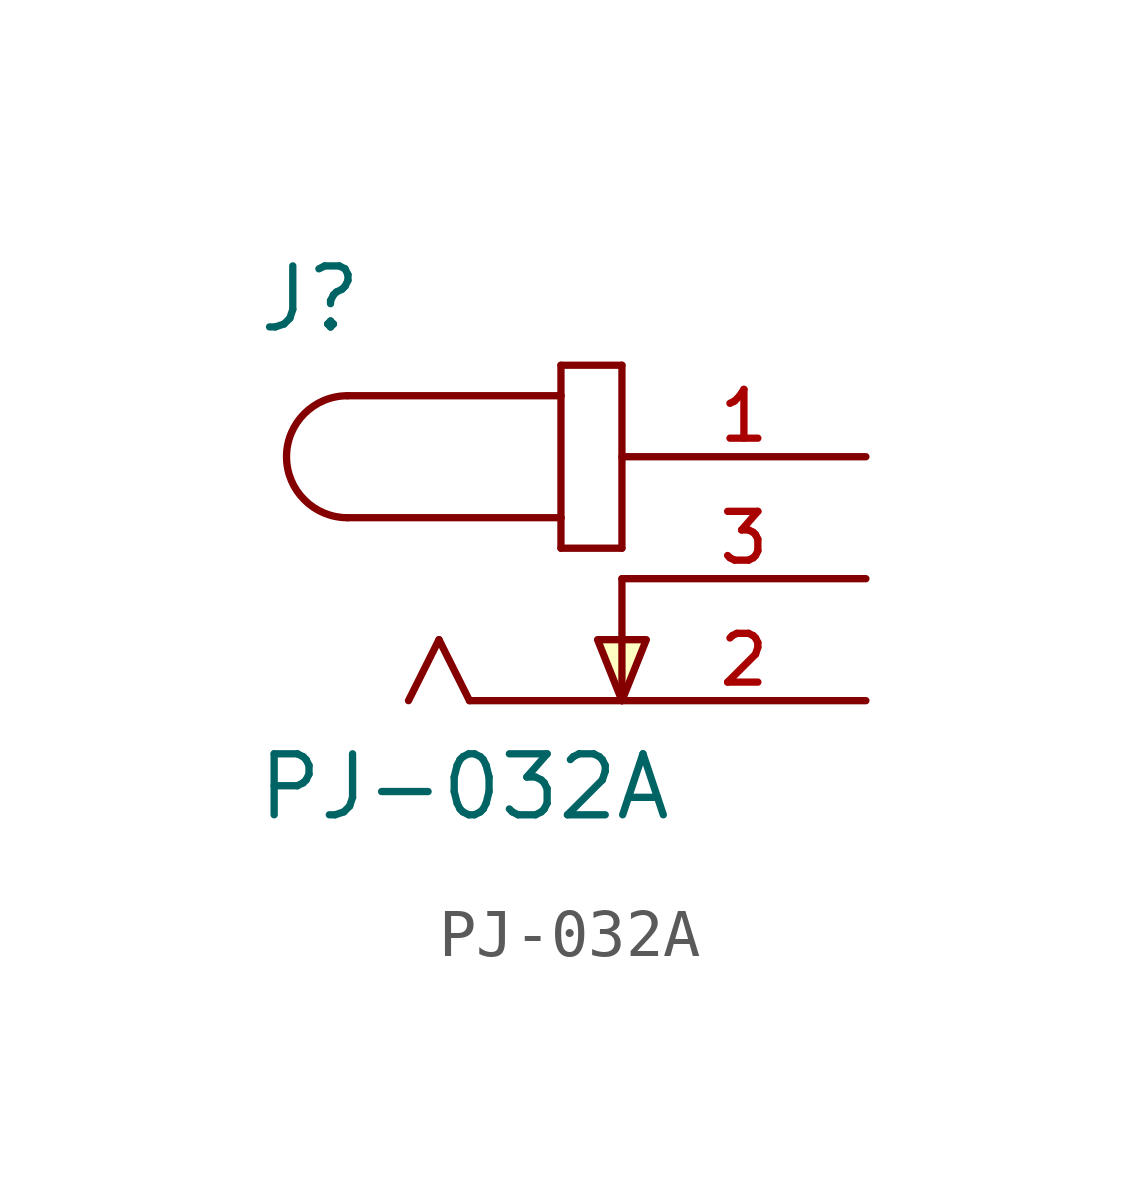
<source format=kicad_sym>
(kicad_symbol_lib
  (version 20211014)
  (generator kicad_symbol_editor)
  (symbol "PJ-032A"
    (pin_names
      (offset 1.016) hide)
    (property "Reference" "J"
      (at -7.62 5.08 0)
      (effects (font (size 1.27 1.27)) (justify left bottom)))
    (property "Value" "PJ-032A"
      (at -7.645 -5.08 0)
      (effects (font (size 1.27 1.27)) (justify left bottom)))
    (property "ki_locked" ""
      (at 0 0 0)
      (effects (font (size 1.27 1.27))))
    (symbol "PJ-032A_0_0"
      (arc (start -5.715 3.81) (mid -6.985 2.54) (end -5.715 1.27) (stroke (width 0.1524) (type default) (color 0 0 0 0)) (fill (type none)))
      (polyline (pts (xy -5.715 3.81) (xy -1.27 3.81)) (stroke (width 0.152) (type default) (color 0 0 0 0)) (fill (type none)))
      (polyline (pts (xy -3.81 -1.27) (xy -4.445 -2.54)) (stroke (width 0.152) (type default) (color 0 0 0 0)) (fill (type none)))
      (polyline (pts (xy -3.175 -2.54) (xy -3.81 -1.27)) (stroke (width 0.152) (type default) (color 0 0 0 0)) (fill (type none)))
      (polyline (pts (xy -1.27 0.635) (xy 0 0.635)) (stroke (width 0.152) (type default) (color 0 0 0 0)) (fill (type none)))
      (polyline (pts (xy -1.27 1.27) (xy -5.715 1.27)) (stroke (width 0.152) (type default) (color 0 0 0 0)) (fill (type none)))
      (polyline (pts (xy -1.27 1.27) (xy -1.27 0.635)) (stroke (width 0.152) (type default) (color 0 0 0 0)) (fill (type none)))
      (polyline (pts (xy -1.27 3.81) (xy -1.27 1.27)) (stroke (width 0.152) (type default) (color 0 0 0 0)) (fill (type none)))
      (polyline (pts (xy -1.27 4.445) (xy -1.27 3.81)) (stroke (width 0.152) (type default) (color 0 0 0 0)) (fill (type none)))
      (polyline (pts (xy 0 -2.54) (xy -3.175 -2.54)) (stroke (width 0.152) (type default) (color 0 0 0 0)) (fill (type none)))
      (polyline (pts (xy 0 0) (xy 0 -2.54)) (stroke (width 0.152) (type default) (color 0 0 0 0)) (fill (type none)))
      (polyline (pts (xy 0 0.635) (xy 0 4.445)) (stroke (width 0.152) (type default) (color 0 0 0 0)) (fill (type none)))
      (polyline (pts (xy 0 4.445) (xy -1.27 4.445)) (stroke (width 0.152) (type default) (color 0 0 0 0)) (fill (type none)))
      (polyline (pts (xy 0 -2.54) (xy -0.508 -1.27) (xy 0.508 -1.27) (xy 0 -2.54)) (stroke (width 0.152) (type default) (color 0 0 0 0)) (fill (type background)))
      (pin passive line (at 5.08 2.54 180) (length 5.08) (name "~" (effects (font (size 1.016 1.016)))) (number "1" (effects (font (size 1.016 1.016)))))
      (pin passive line (at 5.08 -2.54 180) (length 5.08) (name "~" (effects (font (size 1.016 1.016)))) (number "2" (effects (font (size 1.016 1.016)))))
      (pin passive line (at 5.08 0 180) (length 5.08) (name "~" (effects (font (size 1.016 1.016)))) (number "3" (effects (font (size 1.016 1.016))))))))
</source>
